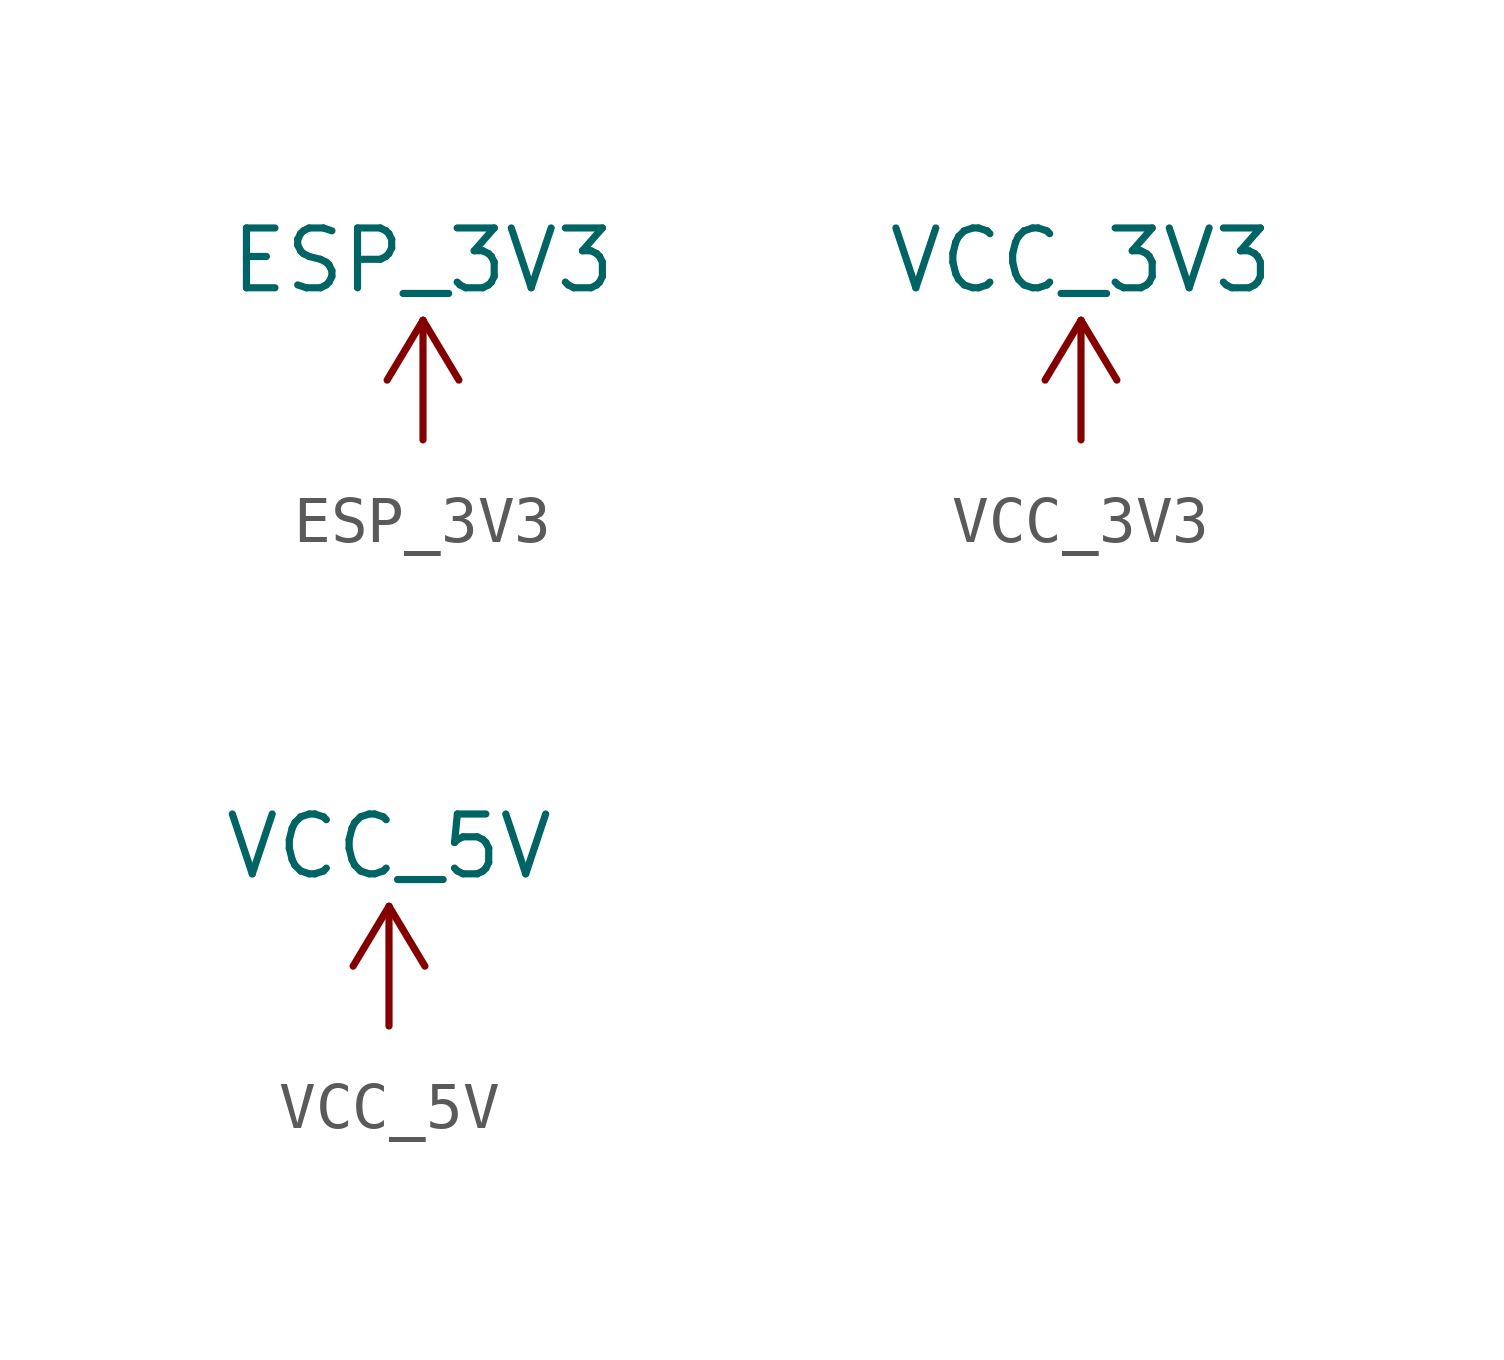
<source format=kicad_sym>
(kicad_symbol_lib
  (version 20220914)
  (generator kicad_symbol_editor)
  (symbol "ESP_3V3"
    (power)
    (property "Reference" "U"
      (at 2.54 0 0)
      (effects (font (size 1.27 1.27)) hide))
    (property "Value" "ESP_3V3"
      (at 0 3.81 0)
      (effects (font (size 1.27 1.27))))
    (symbol "ESP_3V3_0_1"
      (polyline (pts (xy -0.762 1.27) (xy 0 2.54)) (stroke (width 0) (type default)) (fill (type none)))
      (polyline (pts (xy 0 0) (xy 0 2.54)) (stroke (width 0) (type default)) (fill (type none)))
      (polyline (pts (xy 0 2.54) (xy 0.762 1.27)) (stroke (width 0) (type default)) (fill (type none))))
    (symbol "ESP_3V3_1_1"
      (pin power_in line (at 0 0 90) (length 0) hide (name "ESP_3V3" (effects (font (size 1.27 1.27)))) (number "1" (effects (font (size 1.27 1.27)))))))
  (symbol "VCC_3V3"
    (power)
    (property "Reference" "U"
      (at 0 -1.27 0)
      (effects (font (size 1.27 1.27)) hide))
    (property "Value" "VCC_3V3"
      (at 0 3.81 0)
      (effects (font (size 1.27 1.27))))
    (symbol "VCC_3V3_0_1"
      (polyline (pts (xy -0.762 1.27) (xy 0 2.54)) (stroke (width 0) (type default)) (fill (type none)))
      (polyline (pts (xy 0 0) (xy 0 2.54)) (stroke (width 0) (type default)) (fill (type none)))
      (polyline (pts (xy 0 2.54) (xy 0.762 1.27)) (stroke (width 0) (type default)) (fill (type none))))
    (symbol "VCC_3V3_1_1"
      (pin power_in line (at 0 0 90) (length 0) hide (name "VCC_3V3" (effects (font (size 1.27 1.27)))) (number "1" (effects (font (size 1.27 1.27)))))))
  (symbol "VCC_5V"
    (power)
    (property "Reference" "U"
      (at 0 0 0)
      (effects (font (size 1.27 1.27)) hide))
    (property "Value" "VCC_5V"
      (at 0 3.81 0)
      (effects (font (size 1.27 1.27))))
    (symbol "VCC_5V_0_1"
      (polyline (pts (xy -0.762 1.27) (xy 0 2.54)) (stroke (width 0) (type default)) (fill (type none)))
      (polyline (pts (xy 0 0) (xy 0 2.54)) (stroke (width 0) (type default)) (fill (type none)))
      (polyline (pts (xy 0 2.54) (xy 0.762 1.27)) (stroke (width 0) (type default)) (fill (type none))))
    (symbol "VCC_5V_1_1"
      (pin power_in line (at 0 0 90) (length 0) hide (name "VCC_5V" (effects (font (size 1.27 1.27)))) (number "1" (effects (font (size 1.27 1.27))))))))
</source>
